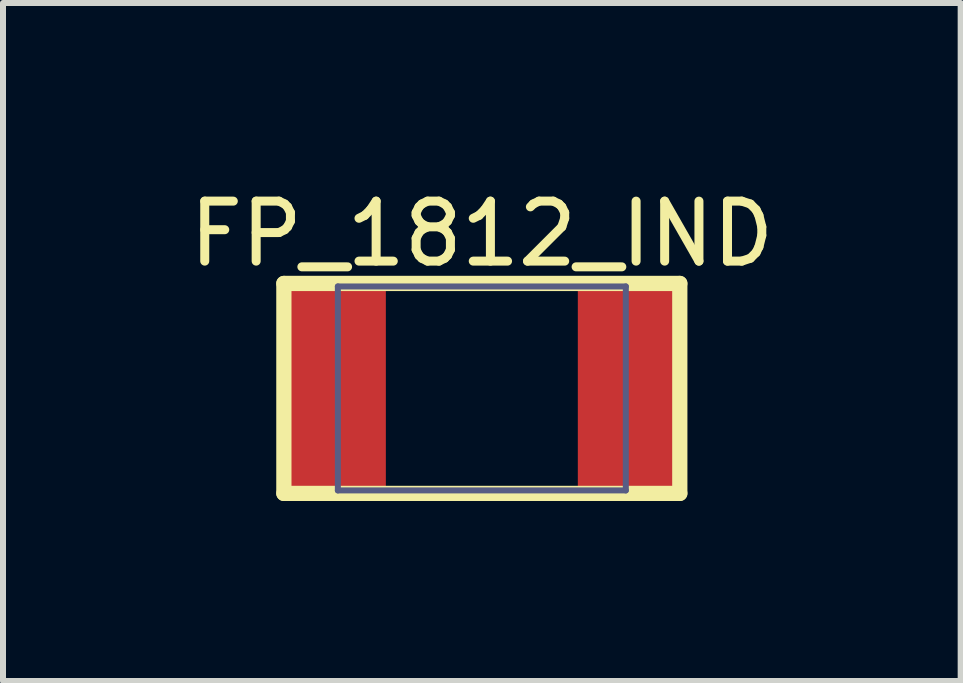
<source format=kicad_pcb>
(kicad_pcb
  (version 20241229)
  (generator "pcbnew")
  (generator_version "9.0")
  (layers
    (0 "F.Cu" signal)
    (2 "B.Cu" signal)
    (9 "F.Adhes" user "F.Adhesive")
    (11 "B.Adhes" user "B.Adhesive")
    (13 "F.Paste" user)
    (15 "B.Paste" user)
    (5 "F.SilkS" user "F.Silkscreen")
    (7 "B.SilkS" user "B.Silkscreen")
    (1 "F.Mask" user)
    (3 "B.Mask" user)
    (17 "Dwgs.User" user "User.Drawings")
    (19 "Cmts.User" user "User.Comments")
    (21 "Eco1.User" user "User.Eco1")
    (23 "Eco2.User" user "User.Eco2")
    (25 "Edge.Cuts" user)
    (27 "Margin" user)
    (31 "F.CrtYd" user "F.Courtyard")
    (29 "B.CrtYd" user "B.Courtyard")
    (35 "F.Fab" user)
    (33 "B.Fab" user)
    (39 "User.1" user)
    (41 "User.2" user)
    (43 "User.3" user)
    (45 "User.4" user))
  (footprint "FP_1812_IND"
    (layer "F.Cu")
    (at 4.982 3.425)
    (property "Reference" "FP_1812_IND" (at 0 -2.577 0) (layer "F.SilkS") (effects (font (size 1 1) (thickness 0.15))))
    (fp_line (start -3.3 -1.75) (end 3.3 -1.75) (stroke (width 0.254) (type solid)) (layer "F.SilkS"))
    (fp_line (start -3.3 1.75) (end -3.3 -1.75) (stroke (width 0.254) (type solid)) (layer "F.SilkS"))
    (fp_line (start -3.3 1.75) (end 3.3 1.75) (stroke (width 0.254) (type solid)) (layer "F.SilkS"))
    (fp_line (start 3.3 1.75) (end 3.3 -1.75) (stroke (width 0.254) (type solid)) (layer "F.SilkS"))
    (fp_line (start -3.3 -1.75) (end 3.3 -1.75) (stroke (width 0.1) (type solid)) (layer "Eco2.User"))
    (fp_line (start -3.3 1.75) (end -3.3 -1.75) (stroke (width 0.1) (type solid)) (layer "Eco2.User"))
    (fp_line (start -3.3 1.75) (end 3.3 1.75) (stroke (width 0.1) (type solid)) (layer "Eco2.User"))
    (fp_line (start -0.5 0) (end 0.5 0) (stroke (width 0.1) (type solid)) (layer "Eco2.User"))
    (fp_line (start 0 0.5) (end 0 -0.5) (stroke (width 0.1) (type solid)) (layer "Eco2.User"))
    (fp_line (start 3.3 1.75) (end 3.3 -1.75) (stroke (width 0.1) (type solid)) (layer "Eco2.User"))
    (fp_line (start -2.4 -1.7) (end 2.4 -1.7) (stroke (width 0.1) (type solid)) (layer "B.Fab"))
    (fp_line (start -2.4 1.7) (end -2.4 -1.7) (stroke (width 0.1) (type solid)) (layer "B.Fab"))
    (fp_line (start -2.4 1.7) (end 2.4 1.7) (stroke (width 0.1) (type solid)) (layer "B.Fab"))
    (fp_line (start 2.4 1.7) (end 2.4 -1.7) (stroke (width 0.1) (type solid)) (layer "B.Fab"))
    (pad "1" smd rect (at -2.4 0 90) (size 3.3 1.6) (layers "F.Cu" "F.Mask" "F.Paste"))
    (pad "2" smd rect (at 2.4 0 90) (size 3.3 1.6) (layers "F.Cu" "F.Mask" "F.Paste")))
  (gr_rect
    (start -3 -3)
    (end 12.964 8.302)
    (stroke (width 0.1) (type default))
    (fill no)
    (layer "Edge.Cuts")))
</source>
